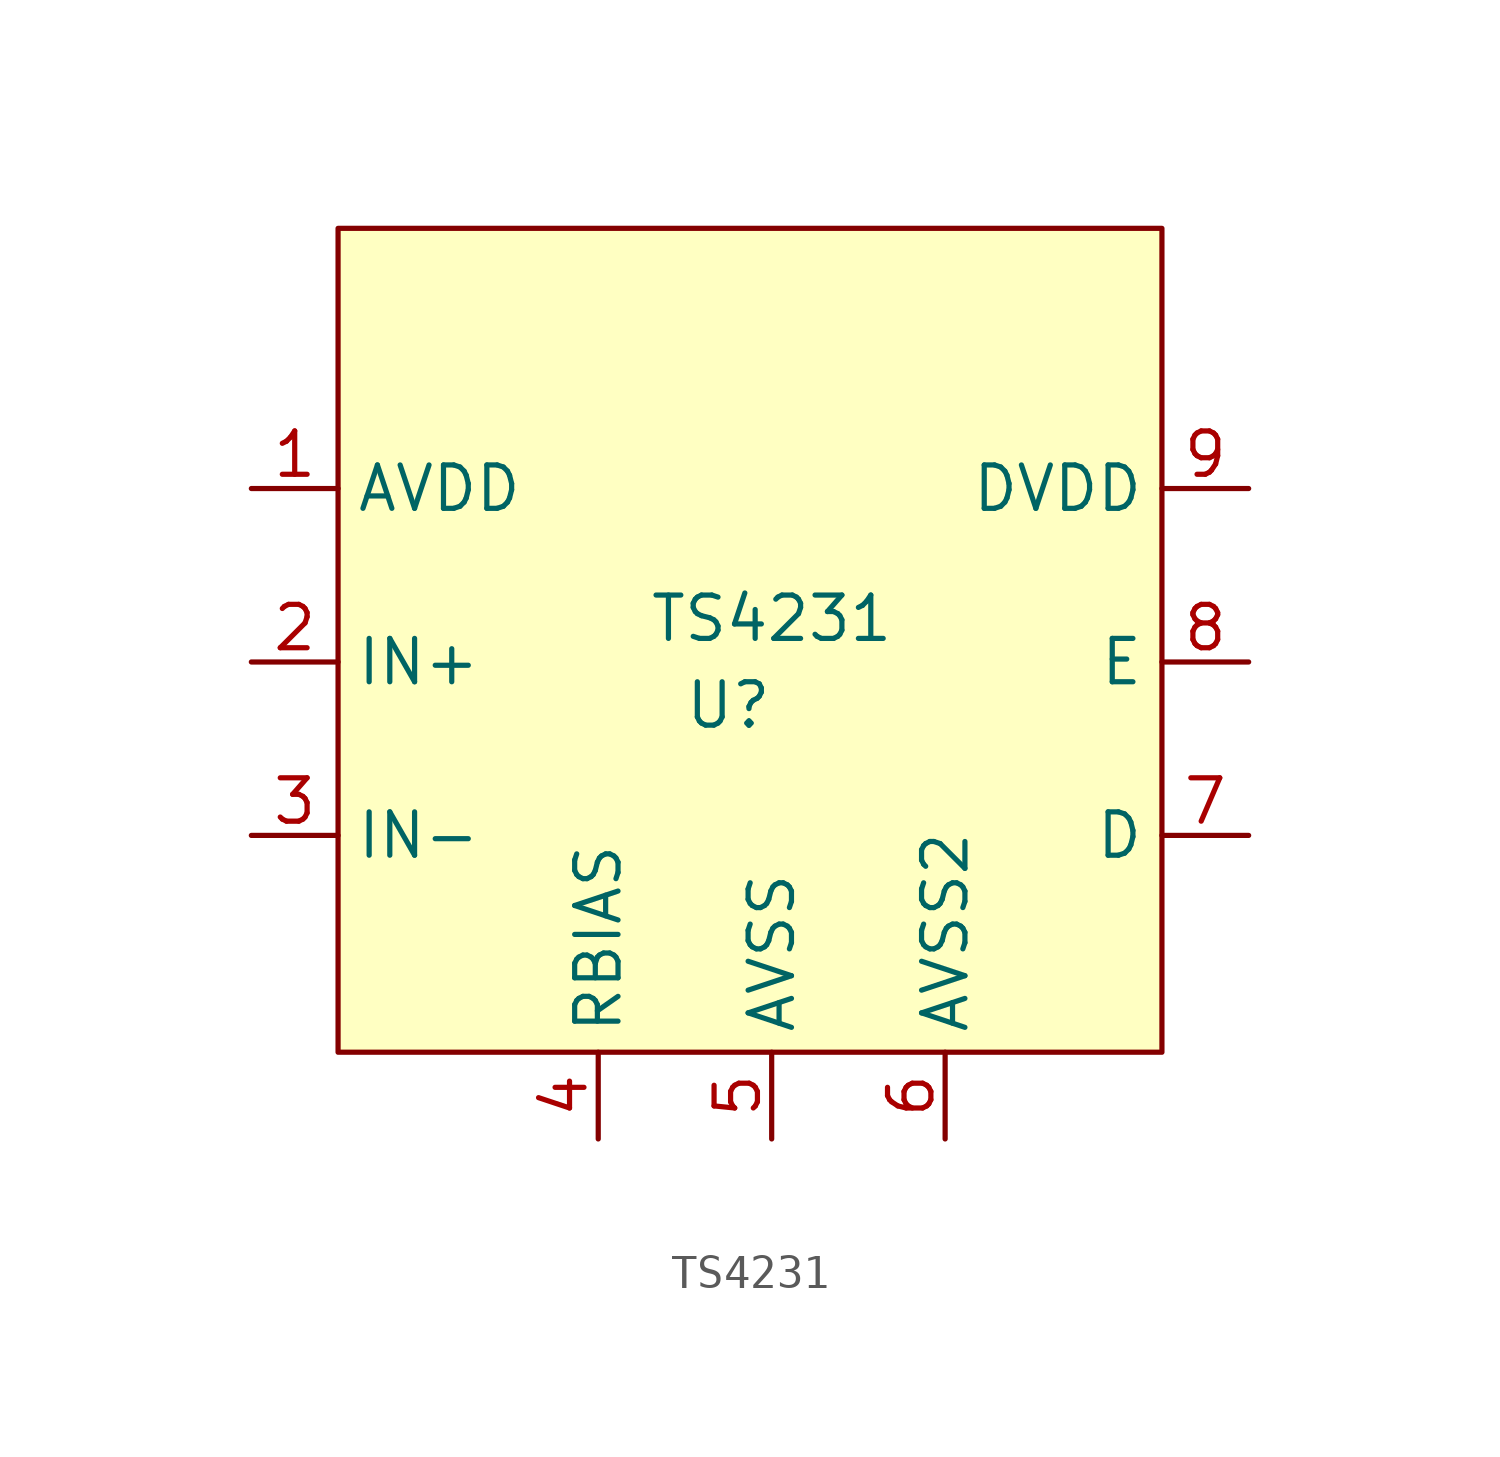
<source format=kicad_sym>
(kicad_symbol_lib
  (version 20211014)
  (generator kicad_symbol_editor)
  (symbol "TS4231"
    (property "Reference" "U"
      (at -1.27 -2.54 0)
      (effects (font (size 1.27 1.27))))
    (property "Value" "TS4231"
      (at 0 0 0)
      (effects (font (size 1.27 1.27))))
    (symbol "TS4231_0_1"
      (rectangle (start -12.7 11.43) (end 11.43 -12.7) (stroke (width 0) (type default) (color 0 0 0 0)) (fill (type background))))
    (symbol "TS4231_1_1"
      (pin bidirectional line (at -15.24 3.81 0) (length 2.54) (name "AVDD" (effects (font (size 1.27 1.27)))) (number "1" (effects (font (size 1.27 1.27)))))
      (pin bidirectional line (at -15.24 -1.27 0) (length 2.54) (name "IN+" (effects (font (size 1.27 1.27)))) (number "2" (effects (font (size 1.27 1.27)))))
      (pin bidirectional line (at -15.24 -6.35 0) (length 2.54) (name "IN-" (effects (font (size 1.27 1.27)))) (number "3" (effects (font (size 1.27 1.27)))))
      (pin bidirectional line (at -5.08 -15.24 90) (length 2.54) (name "RBIAS" (effects (font (size 1.27 1.27)))) (number "4" (effects (font (size 1.27 1.27)))))
      (pin bidirectional line (at 0 -15.24 90) (length 2.54) (name "AVSS" (effects (font (size 1.27 1.27)))) (number "5" (effects (font (size 1.27 1.27)))))
      (pin bidirectional line (at 5.08 -15.24 90) (length 2.54) (name "AVSS2" (effects (font (size 1.27 1.27)))) (number "6" (effects (font (size 1.27 1.27)))))
      (pin bidirectional line (at 13.97 -6.35 180) (length 2.54) (name "D" (effects (font (size 1.27 1.27)))) (number "7" (effects (font (size 1.27 1.27)))))
      (pin bidirectional line (at 13.97 -1.27 180) (length 2.54) (name "E" (effects (font (size 1.27 1.27)))) (number "8" (effects (font (size 1.27 1.27)))))
      (pin bidirectional line (at 13.97 3.81 180) (length 2.54) (name "DVDD" (effects (font (size 1.27 1.27)))) (number "9" (effects (font (size 1.27 1.27))))))))
</source>
